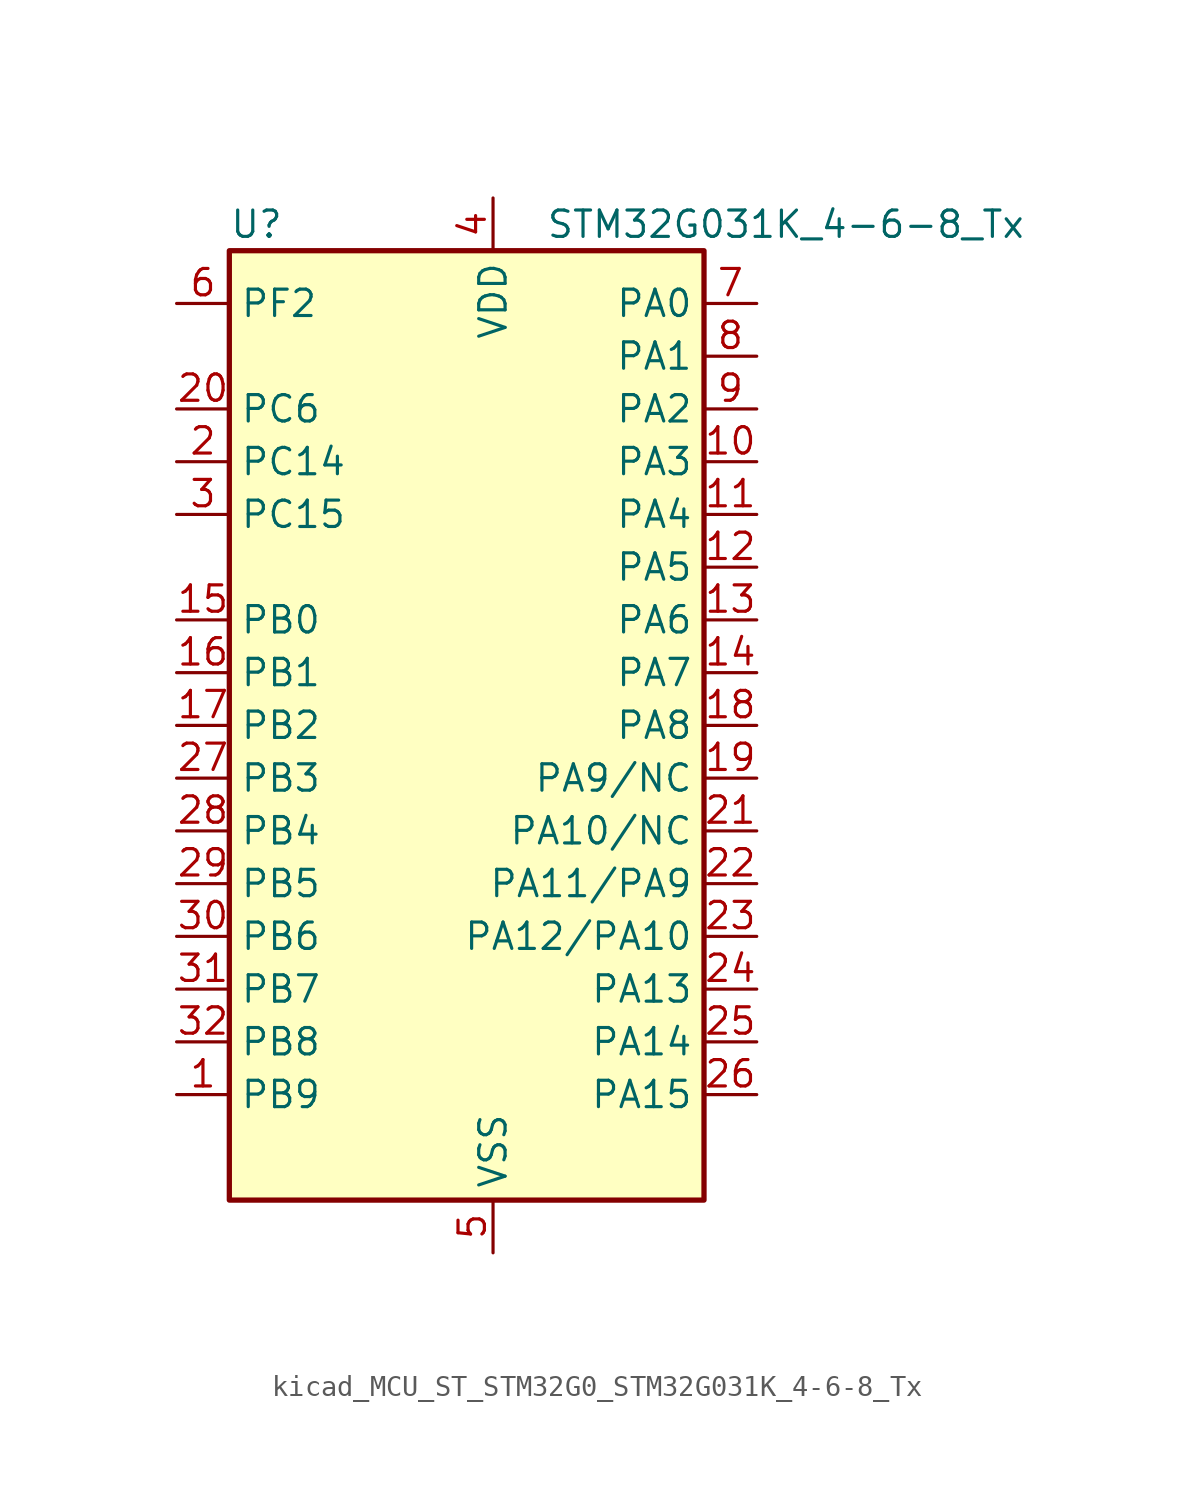
<source format=kicad_sym>
(kicad_symbol_lib
  (version 20220914)
  (generator kicad_symbol_editor)
  (symbol "kicad_MCU_ST_STM32G0_STM32G031K_4-6-8_Tx"
    (property "Reference" "U"
      (at -10.16 24.13 0)
      (effects (font (size 1.27 1.27)) (justify left)))
    (property "Value" "STM32G031K_4-6-8_Tx"
      (at 5.08 24.13 0)
      (effects (font (size 1.27 1.27)) (justify left)))
    (property "ki_locked" ""
      (at 0 0 0)
      (effects (font (size 1.27 1.27))))
    (symbol "kicad_MCU_ST_STM32G0_STM32G031K_4-6-8_Tx_0_1"
      (rectangle (start -10.16 -22.86) (end 12.7 22.86) (stroke (width 0.254) (type default)) (fill (type background))))
    (symbol "kicad_MCU_ST_STM32G0_STM32G031K_4-6-8_Tx_1_1"
      (pin bidirectional line (at -12.7 -17.78 0) (length 2.54) (name "PB9" (effects (font (size 1.27 1.27)))) (number "1" (effects (font (size 1.27 1.27)))) (alternate "I2C1_SDA" bidirectional line) (alternate "IR_OUT" bidirectional line) (alternate "SPI2_NSS" bidirectional line) (alternate "TIM17_CH1" bidirectional line))
      (pin bidirectional line (at 15.24 12.7 180) (length 2.54) (name "PA3" (effects (font (size 1.27 1.27)))) (number "10" (effects (font (size 1.27 1.27)))) (alternate "ADC1_IN3" bidirectional line) (alternate "LPUART1_RX" bidirectional line) (alternate "SPI2_MISO" bidirectional line) (alternate "TIM2_CH4" bidirectional line) (alternate "USART2_RX" bidirectional line))
      (pin bidirectional line (at 15.24 10.16 180) (length 2.54) (name "PA4" (effects (font (size 1.27 1.27)))) (number "11" (effects (font (size 1.27 1.27)))) (alternate "ADC1_IN4" bidirectional line) (alternate "I2S1_WS" bidirectional line) (alternate "LPTIM2_OUT" bidirectional line) (alternate "RTC_OUT_ALARM" bidirectional line) (alternate "RTC_OUT_CALIB" bidirectional line) (alternate "RTC_TAMP_IN1" bidirectional line) (alternate "RTC_TS" bidirectional line) (alternate "SPI1_NSS" bidirectional line) (alternate "SPI2_MOSI" bidirectional line) (alternate "SYS_WKUP2" bidirectional line) (alternate "TIM14_CH1" bidirectional line))
      (pin bidirectional line (at 15.24 7.62 180) (length 2.54) (name "PA5" (effects (font (size 1.27 1.27)))) (number "12" (effects (font (size 1.27 1.27)))) (alternate "ADC1_IN5" bidirectional line) (alternate "I2S1_CK" bidirectional line) (alternate "LPTIM2_ETR" bidirectional line) (alternate "SPI1_SCK" bidirectional line) (alternate "TIM2_CH1" bidirectional line) (alternate "TIM2_ETR" bidirectional line))
      (pin bidirectional line (at 15.24 5.08 180) (length 2.54) (name "PA6" (effects (font (size 1.27 1.27)))) (number "13" (effects (font (size 1.27 1.27)))) (alternate "ADC1_IN6" bidirectional line) (alternate "I2S1_MCK" bidirectional line) (alternate "LPUART1_CTS" bidirectional line) (alternate "SPI1_MISO" bidirectional line) (alternate "TIM16_CH1" bidirectional line) (alternate "TIM1_BK" bidirectional line) (alternate "TIM3_CH1" bidirectional line))
      (pin bidirectional line (at 15.24 2.54 180) (length 2.54) (name "PA7" (effects (font (size 1.27 1.27)))) (number "14" (effects (font (size 1.27 1.27)))) (alternate "ADC1_IN7" bidirectional line) (alternate "I2S1_SD" bidirectional line) (alternate "SPI1_MOSI" bidirectional line) (alternate "TIM14_CH1" bidirectional line) (alternate "TIM17_CH1" bidirectional line) (alternate "TIM1_CH1N" bidirectional line) (alternate "TIM3_CH2" bidirectional line))
      (pin bidirectional line (at -12.7 5.08 0) (length 2.54) (name "PB0" (effects (font (size 1.27 1.27)))) (number "15" (effects (font (size 1.27 1.27)))) (alternate "ADC1_IN8" bidirectional line) (alternate "I2S1_WS" bidirectional line) (alternate "LPTIM1_OUT" bidirectional line) (alternate "SPI1_NSS" bidirectional line) (alternate "TIM1_CH2N" bidirectional line) (alternate "TIM3_CH3" bidirectional line))
      (pin bidirectional line (at -12.7 2.54 0) (length 2.54) (name "PB1" (effects (font (size 1.27 1.27)))) (number "16" (effects (font (size 1.27 1.27)))) (alternate "ADC1_IN9" bidirectional line) (alternate "LPTIM2_IN1" bidirectional line) (alternate "LPUART1_DE" bidirectional line) (alternate "LPUART1_RTS" bidirectional line) (alternate "TIM14_CH1" bidirectional line) (alternate "TIM1_CH3N" bidirectional line) (alternate "TIM3_CH4" bidirectional line))
      (pin bidirectional line (at -12.7 0 0) (length 2.54) (name "PB2" (effects (font (size 1.27 1.27)))) (number "17" (effects (font (size 1.27 1.27)))) (alternate "ADC1_IN10" bidirectional line) (alternate "LPTIM1_OUT" bidirectional line) (alternate "SPI2_MISO" bidirectional line))
      (pin bidirectional line (at 15.24 0 180) (length 2.54) (name "PA8" (effects (font (size 1.27 1.27)))) (number "18" (effects (font (size 1.27 1.27)))) (alternate "LPTIM2_OUT" bidirectional line) (alternate "RCC_MCO" bidirectional line) (alternate "SPI2_NSS" bidirectional line) (alternate "TIM1_CH1" bidirectional line))
      (pin bidirectional line (at 15.24 -2.54 180) (length 2.54) (name "PA9/NC" (effects (font (size 1.27 1.27)))) (number "19" (effects (font (size 1.27 1.27)))) (alternate "I2C1_SCL" bidirectional line) (alternate "RCC_MCO" bidirectional line) (alternate "SPI2_MISO" bidirectional line) (alternate "TIM1_CH2" bidirectional line) (alternate "USART1_TX" bidirectional line))
      (pin bidirectional line (at -12.7 12.7 0) (length 2.54) (name "PC14" (effects (font (size 1.27 1.27)))) (number "2" (effects (font (size 1.27 1.27)))) (alternate "RCC_OSC32_IN" bidirectional line) (alternate "RCC_OSC_IN" bidirectional line) (alternate "TIM1_BK2" bidirectional line))
      (pin bidirectional line (at -12.7 15.24 0) (length 2.54) (name "PC6" (effects (font (size 1.27 1.27)))) (number "20" (effects (font (size 1.27 1.27)))) (alternate "TIM2_CH3" bidirectional line) (alternate "TIM3_CH1" bidirectional line))
      (pin bidirectional line (at 15.24 -5.08 180) (length 2.54) (name "PA10/NC" (effects (font (size 1.27 1.27)))) (number "21" (effects (font (size 1.27 1.27)))) (alternate "I2C1_SDA" bidirectional line) (alternate "SPI2_MOSI" bidirectional line) (alternate "TIM17_BK" bidirectional line) (alternate "TIM1_CH3" bidirectional line) (alternate "USART1_RX" bidirectional line))
      (pin bidirectional line (at 15.24 -7.62 180) (length 2.54) (name "PA11/PA9" (effects (font (size 1.27 1.27)))) (number "22" (effects (font (size 1.27 1.27)))) (alternate "ADC1_EXTI11" bidirectional line) (alternate "ADC1_IN15" bidirectional line) (alternate "I2C2_SCL" bidirectional line) (alternate "I2S1_MCK" bidirectional line) (alternate "SPI1_MISO" bidirectional line) (alternate "TIM1_BK2" bidirectional line) (alternate "TIM1_CH4" bidirectional line) (alternate "USART1_CTS" bidirectional line) (alternate "USART1_NSS" bidirectional line))
      (pin bidirectional line (at 15.24 -10.16 180) (length 2.54) (name "PA12/PA10" (effects (font (size 1.27 1.27)))) (number "23" (effects (font (size 1.27 1.27)))) (alternate "ADC1_IN16" bidirectional line) (alternate "I2C2_SDA" bidirectional line) (alternate "I2S1_SD" bidirectional line) (alternate "I2S_CKIN" bidirectional line) (alternate "SPI1_MOSI" bidirectional line) (alternate "TIM1_ETR" bidirectional line) (alternate "USART1_CK" bidirectional line) (alternate "USART1_DE" bidirectional line) (alternate "USART1_RTS" bidirectional line))
      (pin bidirectional line (at 15.24 -12.7 180) (length 2.54) (name "PA13" (effects (font (size 1.27 1.27)))) (number "24" (effects (font (size 1.27 1.27)))) (alternate "ADC1_IN17" bidirectional line) (alternate "IR_OUT" bidirectional line) (alternate "SYS_SWDIO" bidirectional line))
      (pin bidirectional line (at 15.24 -15.24 180) (length 2.54) (name "PA14" (effects (font (size 1.27 1.27)))) (number "25" (effects (font (size 1.27 1.27)))) (alternate "ADC1_IN18" bidirectional line) (alternate "SYS_SWCLK" bidirectional line) (alternate "USART2_TX" bidirectional line))
      (pin bidirectional line (at 15.24 -17.78 180) (length 2.54) (name "PA15" (effects (font (size 1.27 1.27)))) (number "26" (effects (font (size 1.27 1.27)))) (alternate "I2S1_WS" bidirectional line) (alternate "SPI1_NSS" bidirectional line) (alternate "TIM2_CH1" bidirectional line) (alternate "TIM2_ETR" bidirectional line) (alternate "USART2_RX" bidirectional line))
      (pin bidirectional line (at -12.7 -2.54 0) (length 2.54) (name "PB3" (effects (font (size 1.27 1.27)))) (number "27" (effects (font (size 1.27 1.27)))) (alternate "I2S1_CK" bidirectional line) (alternate "SPI1_SCK" bidirectional line) (alternate "TIM1_CH2" bidirectional line) (alternate "TIM2_CH2" bidirectional line) (alternate "USART1_CK" bidirectional line) (alternate "USART1_DE" bidirectional line) (alternate "USART1_RTS" bidirectional line))
      (pin bidirectional line (at -12.7 -5.08 0) (length 2.54) (name "PB4" (effects (font (size 1.27 1.27)))) (number "28" (effects (font (size 1.27 1.27)))) (alternate "I2S1_MCK" bidirectional line) (alternate "SPI1_MISO" bidirectional line) (alternate "TIM17_BK" bidirectional line) (alternate "TIM3_CH1" bidirectional line) (alternate "USART1_CTS" bidirectional line) (alternate "USART1_NSS" bidirectional line))
      (pin bidirectional line (at -12.7 -7.62 0) (length 2.54) (name "PB5" (effects (font (size 1.27 1.27)))) (number "29" (effects (font (size 1.27 1.27)))) (alternate "I2C1_SMBA" bidirectional line) (alternate "I2S1_SD" bidirectional line) (alternate "LPTIM1_IN1" bidirectional line) (alternate "SPI1_MOSI" bidirectional line) (alternate "SYS_WKUP6" bidirectional line) (alternate "TIM16_BK" bidirectional line) (alternate "TIM3_CH2" bidirectional line))
      (pin bidirectional line (at -12.7 10.16 0) (length 2.54) (name "PC15" (effects (font (size 1.27 1.27)))) (number "3" (effects (font (size 1.27 1.27)))) (alternate "RCC_OSC32_EN" bidirectional line) (alternate "RCC_OSC32_OUT" bidirectional line) (alternate "RCC_OSC_EN" bidirectional line))
      (pin bidirectional line (at -12.7 -10.16 0) (length 2.54) (name "PB6" (effects (font (size 1.27 1.27)))) (number "30" (effects (font (size 1.27 1.27)))) (alternate "I2C1_SCL" bidirectional line) (alternate "LPTIM1_ETR" bidirectional line) (alternate "SPI2_MISO" bidirectional line) (alternate "TIM16_CH1N" bidirectional line) (alternate "TIM1_CH3" bidirectional line) (alternate "USART1_TX" bidirectional line))
      (pin bidirectional line (at -12.7 -12.7 0) (length 2.54) (name "PB7" (effects (font (size 1.27 1.27)))) (number "31" (effects (font (size 1.27 1.27)))) (alternate "ADC1_IN11" bidirectional line) (alternate "I2C1_SDA" bidirectional line) (alternate "LPTIM1_IN2" bidirectional line) (alternate "SPI2_MOSI" bidirectional line) (alternate "SYS_PVD_IN" bidirectional line) (alternate "TIM17_CH1N" bidirectional line) (alternate "USART1_RX" bidirectional line))
      (pin bidirectional line (at -12.7 -15.24 0) (length 2.54) (name "PB8" (effects (font (size 1.27 1.27)))) (number "32" (effects (font (size 1.27 1.27)))) (alternate "I2C1_SCL" bidirectional line) (alternate "SPI2_SCK" bidirectional line) (alternate "TIM16_CH1" bidirectional line))
      (pin power_in line (at 2.54 25.4 270) (length 2.54) (name "VDD" (effects (font (size 1.27 1.27)))) (number "4" (effects (font (size 1.27 1.27)))))
      (pin power_in line (at 2.54 -25.4 90) (length 2.54) (name "VSS" (effects (font (size 1.27 1.27)))) (number "5" (effects (font (size 1.27 1.27)))))
      (pin bidirectional line (at -12.7 20.32 0) (length 2.54) (name "PF2" (effects (font (size 1.27 1.27)))) (number "6" (effects (font (size 1.27 1.27)))) (alternate "RCC_MCO" bidirectional line))
      (pin bidirectional line (at 15.24 20.32 180) (length 2.54) (name "PA0" (effects (font (size 1.27 1.27)))) (number "7" (effects (font (size 1.27 1.27)))) (alternate "ADC1_IN0" bidirectional line) (alternate "LPTIM1_OUT" bidirectional line) (alternate "RTC_TAMP_IN2" bidirectional line) (alternate "SPI2_SCK" bidirectional line) (alternate "SYS_WKUP1" bidirectional line) (alternate "TIM2_CH1" bidirectional line) (alternate "TIM2_ETR" bidirectional line) (alternate "USART2_CTS" bidirectional line) (alternate "USART2_NSS" bidirectional line))
      (pin bidirectional line (at 15.24 17.78 180) (length 2.54) (name "PA1" (effects (font (size 1.27 1.27)))) (number "8" (effects (font (size 1.27 1.27)))) (alternate "ADC1_IN1" bidirectional line) (alternate "I2C1_SMBA" bidirectional line) (alternate "I2S1_CK" bidirectional line) (alternate "SPI1_SCK" bidirectional line) (alternate "TIM2_CH2" bidirectional line) (alternate "USART2_CK" bidirectional line) (alternate "USART2_DE" bidirectional line) (alternate "USART2_RTS" bidirectional line))
      (pin bidirectional line (at 15.24 15.24 180) (length 2.54) (name "PA2" (effects (font (size 1.27 1.27)))) (number "9" (effects (font (size 1.27 1.27)))) (alternate "ADC1_IN2" bidirectional line) (alternate "I2S1_SD" bidirectional line) (alternate "LPUART1_TX" bidirectional line) (alternate "RCC_LSCO" bidirectional line) (alternate "SPI1_MOSI" bidirectional line) (alternate "SYS_WKUP4" bidirectional line) (alternate "TIM2_CH3" bidirectional line) (alternate "USART2_TX" bidirectional line)))))
</source>
